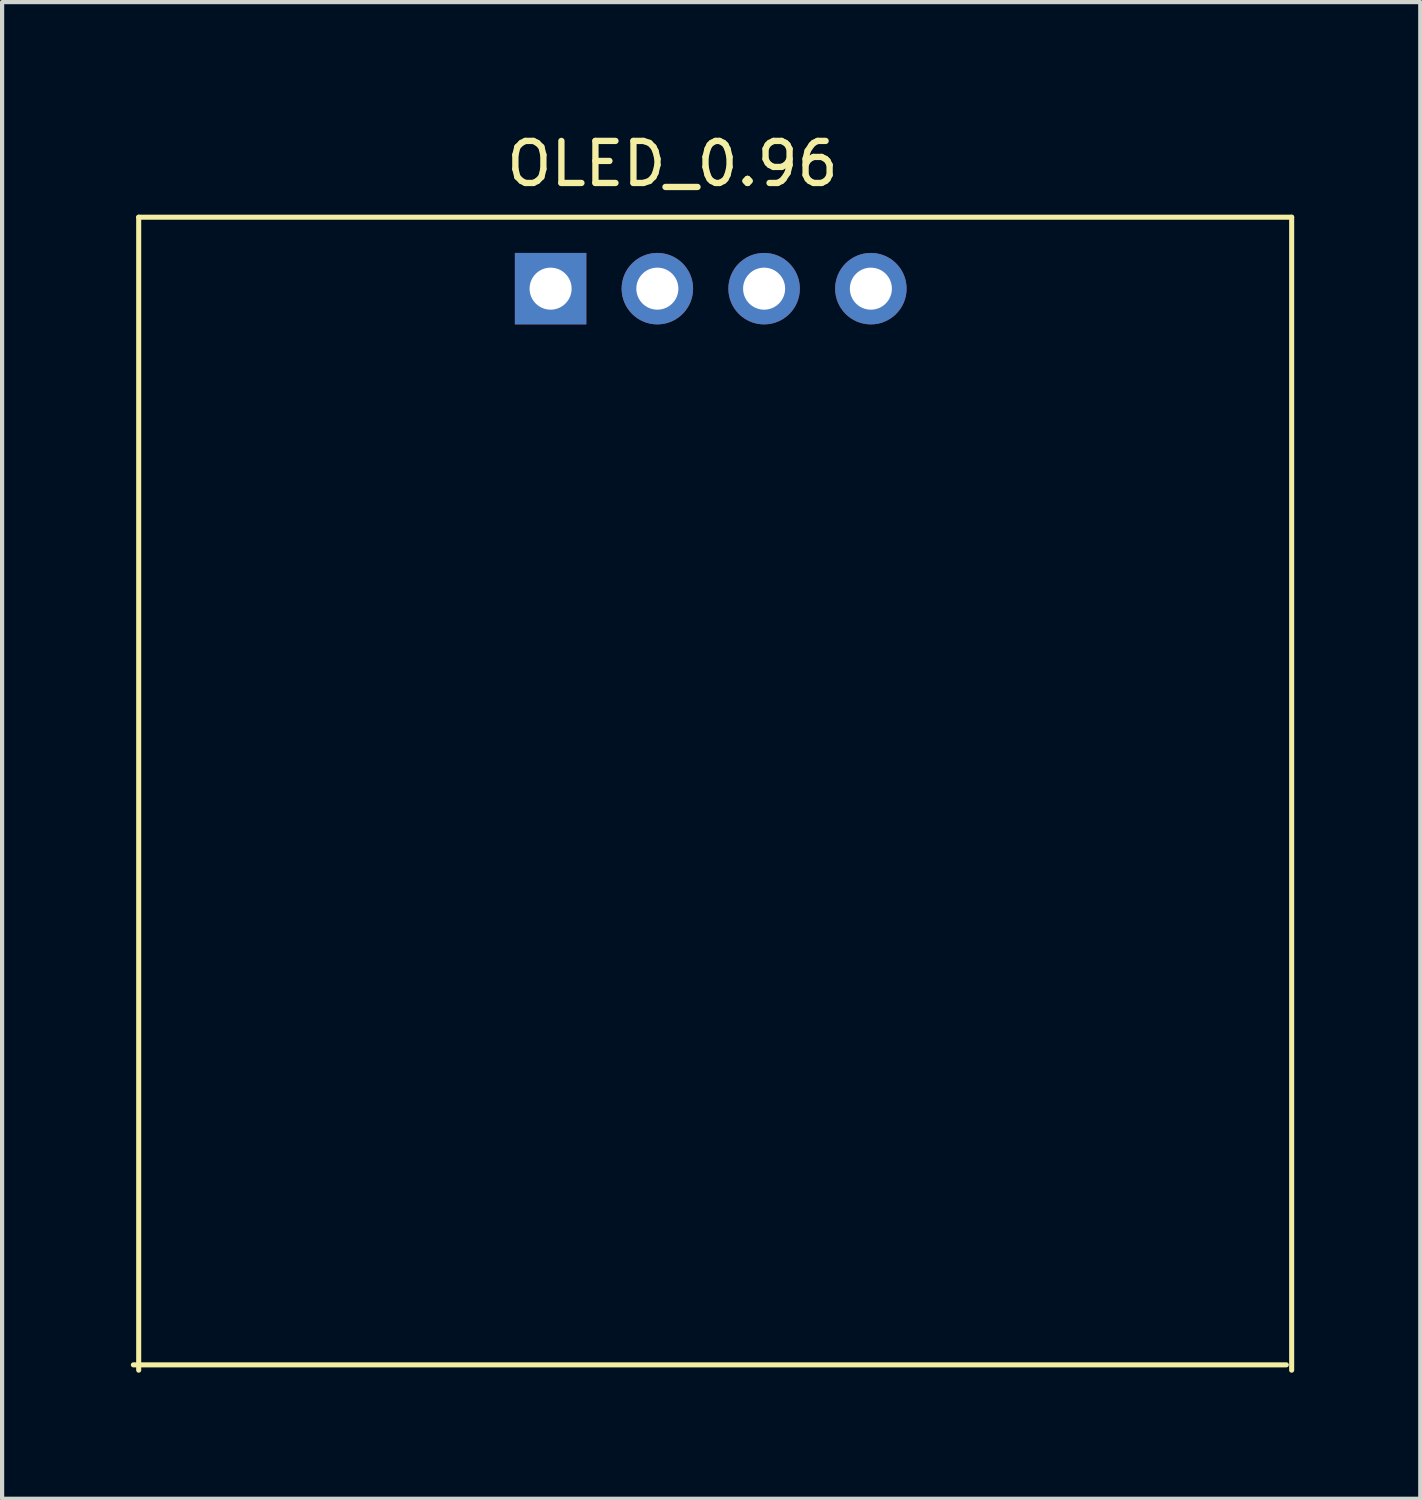
<source format=kicad_pcb>
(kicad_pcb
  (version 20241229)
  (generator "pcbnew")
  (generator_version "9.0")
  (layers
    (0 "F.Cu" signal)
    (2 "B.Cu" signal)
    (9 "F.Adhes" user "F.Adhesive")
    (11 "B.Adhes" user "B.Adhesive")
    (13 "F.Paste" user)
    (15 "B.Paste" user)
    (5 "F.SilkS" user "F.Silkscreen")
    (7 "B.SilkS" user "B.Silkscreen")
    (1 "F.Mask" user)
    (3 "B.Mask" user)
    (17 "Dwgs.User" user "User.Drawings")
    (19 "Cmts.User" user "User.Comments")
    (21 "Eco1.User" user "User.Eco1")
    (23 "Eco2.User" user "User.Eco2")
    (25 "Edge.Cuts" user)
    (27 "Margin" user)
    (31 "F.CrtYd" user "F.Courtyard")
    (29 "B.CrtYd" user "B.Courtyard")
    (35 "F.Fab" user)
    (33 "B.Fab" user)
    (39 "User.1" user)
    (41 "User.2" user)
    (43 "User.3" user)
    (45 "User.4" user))
  (footprint "OLED_0.96"
    (layer "F.Cu")
    (at 0.25 2.118)
    (property "Reference" "OLED_0.96" (at 12.7 -1.27 0) (layer "F.SilkS") (effects (font (size 1 1) (thickness 0.15))))
    (attr through_hole)
    (fp_line (start -0.127 27.305) (end 27.305 27.305) (stroke (width 0.12) (type solid)) (layer "F.SilkS"))
    (fp_line (start 0 0) (end 0 27.432) (stroke (width 0.12) (type solid)) (layer "F.SilkS"))
    (fp_line (start 27.432 0) (end 0 0) (stroke (width 0.12) (type solid)) (layer "F.SilkS"))
    (fp_line (start 27.432 27.432) (end 27.432 0) (stroke (width 0.12) (type solid)) (layer "F.SilkS"))
    (pad "1" thru_hole rect (at 9.8 1.7) (size 1.7 1.7) (drill 1) (layers "*.Cu" "*.Mask"))
    (pad "2" thru_hole circle (at 12.34 1.7) (size 1.7 1.7) (drill 1) (layers "*.Cu" "*.Mask"))
    (pad "3" thru_hole circle (at 14.88 1.7) (size 1.7 1.7) (drill 1) (layers "*.Cu" "*.Mask"))
    (pad "4" thru_hole circle (at 17.42 1.7) (size 1.7 1.7) (drill 1) (layers "*.Cu" "*.Mask")))
  (gr_rect
    (start -3 -3)
    (end 30.742 32.61)
    (stroke (width 0.1) (type default))
    (fill no)
    (layer "Edge.Cuts")))
</source>
